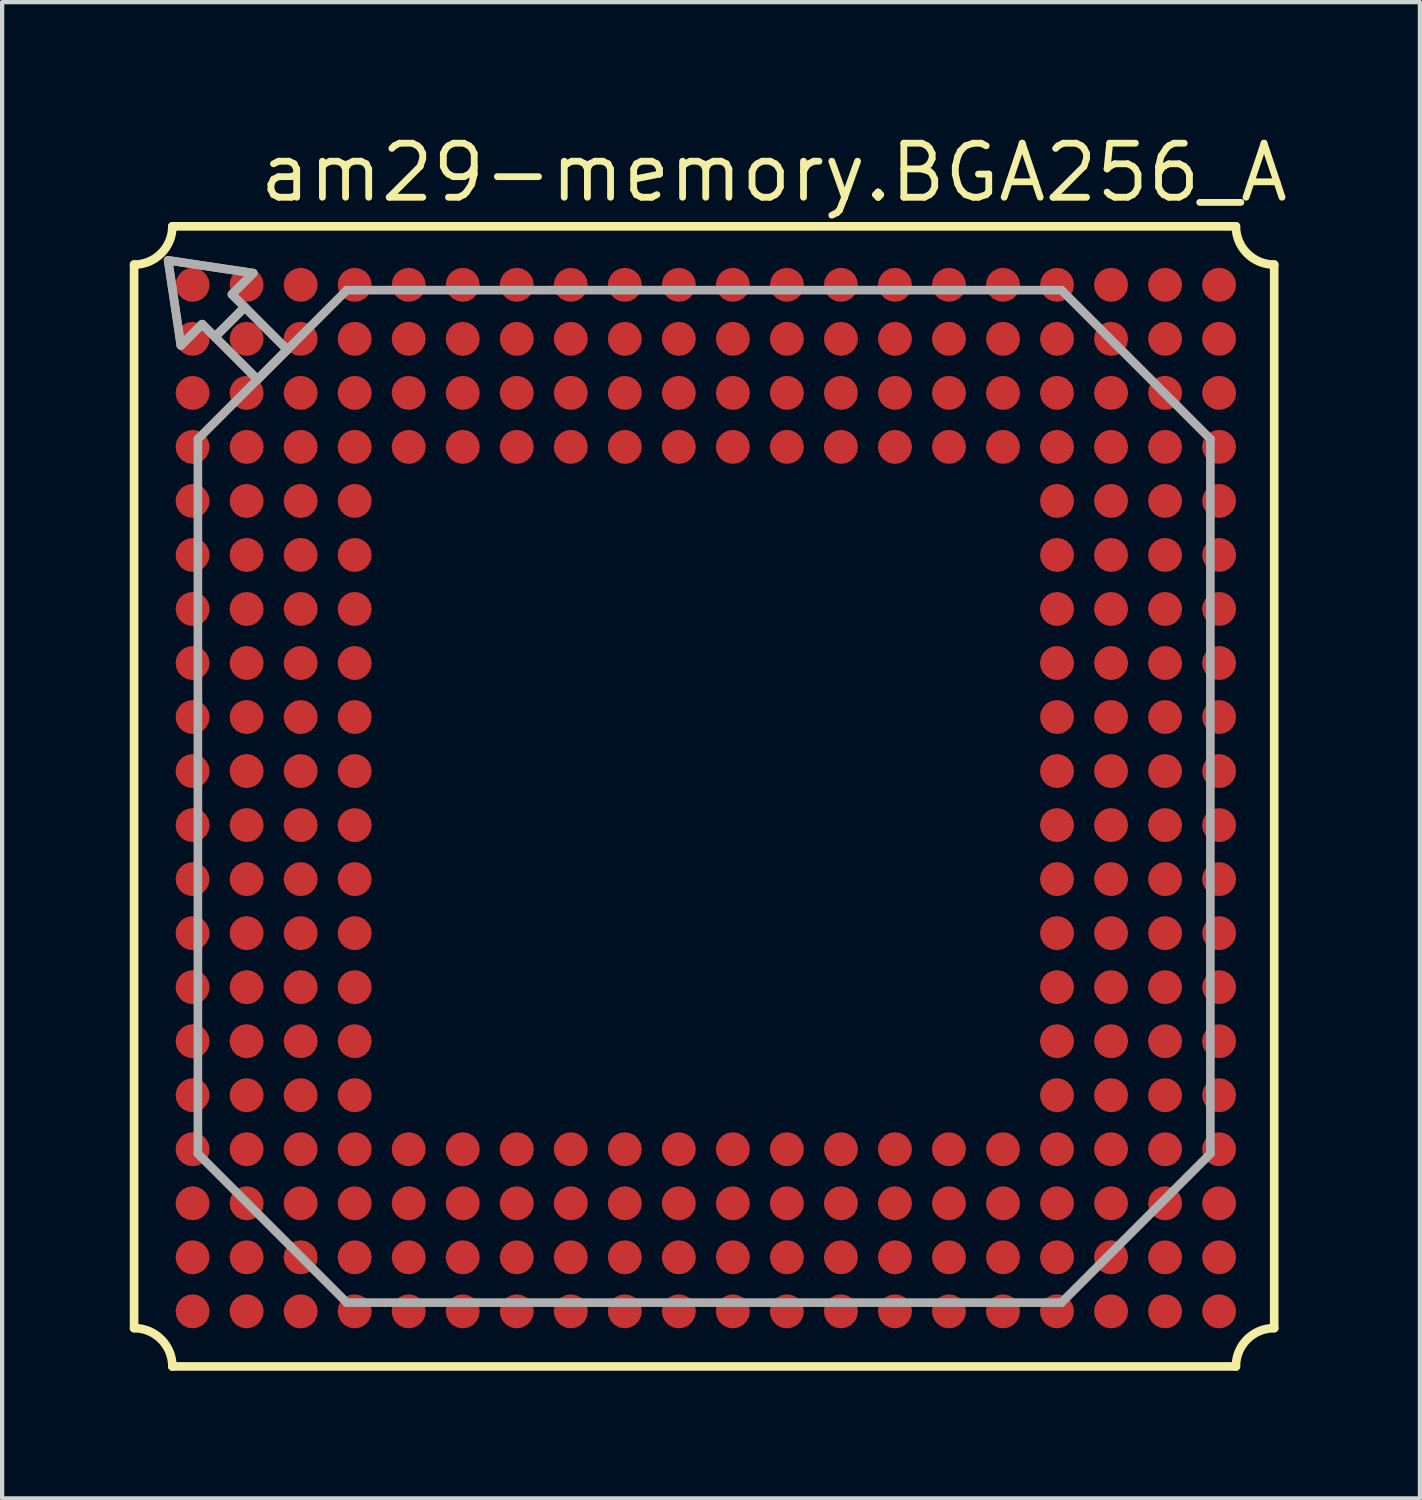
<source format=kicad_pcb>
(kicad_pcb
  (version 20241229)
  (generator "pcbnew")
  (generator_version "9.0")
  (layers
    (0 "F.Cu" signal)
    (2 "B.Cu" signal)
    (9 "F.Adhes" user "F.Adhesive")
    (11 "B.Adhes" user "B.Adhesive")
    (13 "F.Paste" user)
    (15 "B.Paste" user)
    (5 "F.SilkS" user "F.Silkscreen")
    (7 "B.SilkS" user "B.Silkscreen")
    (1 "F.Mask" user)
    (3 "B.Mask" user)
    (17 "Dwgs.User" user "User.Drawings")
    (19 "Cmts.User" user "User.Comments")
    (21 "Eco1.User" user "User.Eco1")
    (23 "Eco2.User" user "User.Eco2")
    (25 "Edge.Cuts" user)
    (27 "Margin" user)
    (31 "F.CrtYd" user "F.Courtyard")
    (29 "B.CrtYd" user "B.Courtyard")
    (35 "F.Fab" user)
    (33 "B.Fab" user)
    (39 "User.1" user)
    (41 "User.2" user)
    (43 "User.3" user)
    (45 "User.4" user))
  (footprint "am29-memory.BGA256_A"
    (layer "F.Cu")
    (at 13.502 15.67)
    (property "Reference" "am29-memory.BGA256_A" (at -10.53 -13.92 0) (layer "F.SilkS") (effects (font (size 1.27 1.27) (thickness 0.16)) (justify left bottom)))
    (attr smd)
    (fp_line (start -13.4 12.5) (end -13.4 -12.5) (stroke (width 0.203) (type default)) (layer "F.SilkS"))
    (fp_line (start -12.5 -13.4) (end 12.5 -13.4) (stroke (width 0.203) (type default)) (layer "F.SilkS"))
    (fp_line (start 12.5 13.4) (end -12.5 13.4) (stroke (width 0.203) (type default)) (layer "F.SilkS"))
    (fp_line (start 13.4 -12.5) (end 13.4 12.5) (stroke (width 0.203) (type default)) (layer "F.SilkS"))
    (fp_arc (start -13.4 12.5) (mid -12.763675 12.763575) (end -12.5001 13.3999) (stroke (width 0.2032) (type default)) (layer "F.SilkS"))
    (fp_arc (start -12.5001 -13.3999) (mid -12.763675 -12.763575) (end -13.4 -12.5) (stroke (width 0.2032) (type default)) (layer "F.SilkS"))
    (fp_arc (start 12.5 13.4) (mid 12.763575 12.763675) (end 13.3999 12.5001) (stroke (width 0.2032) (type default)) (layer "F.SilkS"))
    (fp_arc (start 13.3999 -12.5001) (mid 12.763575 -12.763675) (end 12.5 -13.4) (stroke (width 0.2032) (type default)) (layer "F.SilkS"))
    (fp_line (start -12.6 -12.6) (end -12.3 -10.6) (stroke (width 0.203) (type default)) (layer "F.Fab"))
    (fp_line (start -12.3 -10.6) (end -11.8 -11.1) (stroke (width 0.203) (type default)) (layer "F.Fab"))
    (fp_line (start -11.9 -8.4) (end -10.5 -9.8) (stroke (width 0.203) (type default)) (layer "F.Fab"))
    (fp_line (start -11.9 8.4) (end -11.9 -8.4) (stroke (width 0.203) (type default)) (layer "F.Fab"))
    (fp_line (start -11.8 -11.1) (end -11.5 -10.8) (stroke (width 0.203) (type default)) (layer "F.Fab"))
    (fp_line (start -11.5 -10.8) (end -10.5 -9.8) (stroke (width 0.203) (type default)) (layer "F.Fab"))
    (fp_line (start -11.1 -11.8) (end -10.6 -12.3) (stroke (width 0.203) (type default)) (layer "F.Fab"))
    (fp_line (start -10.8 -11.5) (end -11.5 -10.8) (stroke (width 0.203) (type default)) (layer "F.Fab"))
    (fp_line (start -10.8 -11.5) (end -11.1 -11.8) (stroke (width 0.203) (type default)) (layer "F.Fab"))
    (fp_line (start -10.6 -12.3) (end -12.6 -12.6) (stroke (width 0.203) (type default)) (layer "F.Fab"))
    (fp_line (start -10.5 -9.8) (end -9.8 -10.5) (stroke (width 0.203) (type default)) (layer "F.Fab"))
    (fp_line (start -10.5 -9.8) (end -9.8 -10.5) (stroke (width 0.203) (type default)) (layer "F.Fab"))
    (fp_line (start -9.8 -10.5) (end -10.8 -11.5) (stroke (width 0.203) (type default)) (layer "F.Fab"))
    (fp_line (start -9.8 -10.5) (end -8.4 -11.9) (stroke (width 0.203) (type default)) (layer "F.Fab"))
    (fp_line (start -8.4 -11.9) (end 8.4 -11.9) (stroke (width 0.203) (type default)) (layer "F.Fab"))
    (fp_line (start -8.4 11.9) (end -11.9 8.4) (stroke (width 0.203) (type default)) (layer "F.Fab"))
    (fp_line (start 8.4 -11.9) (end 11.9 -8.4) (stroke (width 0.203) (type default)) (layer "F.Fab"))
    (fp_line (start 8.4 11.9) (end -8.4 11.9) (stroke (width 0.203) (type default)) (layer "F.Fab"))
    (fp_line (start 11.9 -8.4) (end 11.9 8.4) (stroke (width 0.203) (type default)) (layer "F.Fab"))
    (fp_line (start 11.9 8.4) (end 8.4 11.9) (stroke (width 0.203) (type default)) (layer "F.Fab"))
    (fp_poly (pts (xy -11.5 -10.8) (xy -10.5 -9.8) (xy -9.8 -10.5) (xy -10.8 -11.5)) (stroke (width 0.203) (type default)) (fill no) (layer "F.Fab"))
    (fp_poly (pts (xy -12.6 -12.6) (xy -12.3 -10.6) (xy -11.8 -11.1) (xy -11.5 -10.8) (xy -10.8 -11.5) (xy -11.1 -11.8) (xy -10.6 -12.3)) (stroke (width 0.2) (type default)) (fill no) (layer "F.Fab"))
    (pad "A1" smd roundrect (at -12.025 -12.025) (size 0.8 0.8) (layers "F.Cu" "F.Mask" "F.Paste") (roundrect_rratio 0.5))
    (pad "A2" smd roundrect (at -10.755 -12.025) (size 0.8 0.8) (layers "F.Cu" "F.Mask" "F.Paste") (roundrect_rratio 0.5))
    (pad "A3" smd roundrect (at -9.485 -12.025) (size 0.8 0.8) (layers "F.Cu" "F.Mask" "F.Paste") (roundrect_rratio 0.5))
    (pad "A4" smd roundrect (at -8.215 -12.025) (size 0.8 0.8) (layers "F.Cu" "F.Mask" "F.Paste") (roundrect_rratio 0.5))
    (pad "A5" smd roundrect (at -6.945 -12.025) (size 0.8 0.8) (layers "F.Cu" "F.Mask" "F.Paste") (roundrect_rratio 0.5))
    (pad "A6" smd roundrect (at -5.675 -12.025) (size 0.8 0.8) (layers "F.Cu" "F.Mask" "F.Paste") (roundrect_rratio 0.5))
    (pad "A7" smd roundrect (at -4.405 -12.025) (size 0.8 0.8) (layers "F.Cu" "F.Mask" "F.Paste") (roundrect_rratio 0.5))
    (pad "A8" smd roundrect (at -3.135 -12.025) (size 0.8 0.8) (layers "F.Cu" "F.Mask" "F.Paste") (roundrect_rratio 0.5))
    (pad "A9" smd roundrect (at -1.865 -12.025) (size 0.8 0.8) (layers "F.Cu" "F.Mask" "F.Paste") (roundrect_rratio 0.5))
    (pad "A10" smd roundrect (at -0.595 -12.025) (size 0.8 0.8) (layers "F.Cu" "F.Mask" "F.Paste") (roundrect_rratio 0.5))
    (pad "A11" smd roundrect (at 0.675 -12.025) (size 0.8 0.8) (layers "F.Cu" "F.Mask" "F.Paste") (roundrect_rratio 0.5))
    (pad "A12" smd roundrect (at 1.945 -12.025) (size 0.8 0.8) (layers "F.Cu" "F.Mask" "F.Paste") (roundrect_rratio 0.5))
    (pad "A13" smd roundrect (at 3.215 -12.025) (size 0.8 0.8) (layers "F.Cu" "F.Mask" "F.Paste") (roundrect_rratio 0.5))
    (pad "A14" smd roundrect (at 4.485 -12.025) (size 0.8 0.8) (layers "F.Cu" "F.Mask" "F.Paste") (roundrect_rratio 0.5))
    (pad "A15" smd roundrect (at 5.755 -12.025) (size 0.8 0.8) (layers "F.Cu" "F.Mask" "F.Paste") (roundrect_rratio 0.5))
    (pad "A16" smd roundrect (at 7.025 -12.025) (size 0.8 0.8) (layers "F.Cu" "F.Mask" "F.Paste") (roundrect_rratio 0.5))
    (pad "A17" smd roundrect (at 8.295 -12.025) (size 0.8 0.8) (layers "F.Cu" "F.Mask" "F.Paste") (roundrect_rratio 0.5))
    (pad "A18" smd roundrect (at 9.565 -12.025) (size 0.8 0.8) (layers "F.Cu" "F.Mask" "F.Paste") (roundrect_rratio 0.5))
    (pad "A19" smd roundrect (at 10.835 -12.025) (size 0.8 0.8) (layers "F.Cu" "F.Mask" "F.Paste") (roundrect_rratio 0.5))
    (pad "A20" smd roundrect (at 12.105 -12.025) (size 0.8 0.8) (layers "F.Cu" "F.Mask" "F.Paste") (roundrect_rratio 0.5))
    (pad "B1" smd roundrect (at -12.025 -10.755) (size 0.8 0.8) (layers "F.Cu" "F.Mask" "F.Paste") (roundrect_rratio 0.5))
    (pad "B2" smd roundrect (at -10.755 -10.755) (size 0.8 0.8) (layers "F.Cu" "F.Mask" "F.Paste") (roundrect_rratio 0.5))
    (pad "B3" smd roundrect (at -9.485 -10.755) (size 0.8 0.8) (layers "F.Cu" "F.Mask" "F.Paste") (roundrect_rratio 0.5))
    (pad "B4" smd roundrect (at -8.215 -10.755) (size 0.8 0.8) (layers "F.Cu" "F.Mask" "F.Paste") (roundrect_rratio 0.5))
    (pad "B5" smd roundrect (at -6.945 -10.755) (size 0.8 0.8) (layers "F.Cu" "F.Mask" "F.Paste") (roundrect_rratio 0.5))
    (pad "B6" smd roundrect (at -5.675 -10.755) (size 0.8 0.8) (layers "F.Cu" "F.Mask" "F.Paste") (roundrect_rratio 0.5))
    (pad "B7" smd roundrect (at -4.405 -10.755) (size 0.8 0.8) (layers "F.Cu" "F.Mask" "F.Paste") (roundrect_rratio 0.5))
    (pad "B8" smd roundrect (at -3.135 -10.755) (size 0.8 0.8) (layers "F.Cu" "F.Mask" "F.Paste") (roundrect_rratio 0.5))
    (pad "B9" smd roundrect (at -1.865 -10.755) (size 0.8 0.8) (layers "F.Cu" "F.Mask" "F.Paste") (roundrect_rratio 0.5))
    (pad "B10" smd roundrect (at -0.595 -10.755) (size 0.8 0.8) (layers "F.Cu" "F.Mask" "F.Paste") (roundrect_rratio 0.5))
    (pad "B11" smd roundrect (at 0.675 -10.755) (size 0.8 0.8) (layers "F.Cu" "F.Mask" "F.Paste") (roundrect_rratio 0.5))
    (pad "B12" smd roundrect (at 1.945 -10.755) (size 0.8 0.8) (layers "F.Cu" "F.Mask" "F.Paste") (roundrect_rratio 0.5))
    (pad "B13" smd roundrect (at 3.215 -10.755) (size 0.8 0.8) (layers "F.Cu" "F.Mask" "F.Paste") (roundrect_rratio 0.5))
    (pad "B14" smd roundrect (at 4.485 -10.755) (size 0.8 0.8) (layers "F.Cu" "F.Mask" "F.Paste") (roundrect_rratio 0.5))
    (pad "B15" smd roundrect (at 5.755 -10.755) (size 0.8 0.8) (layers "F.Cu" "F.Mask" "F.Paste") (roundrect_rratio 0.5))
    (pad "B16" smd roundrect (at 7.025 -10.755) (size 0.8 0.8) (layers "F.Cu" "F.Mask" "F.Paste") (roundrect_rratio 0.5))
    (pad "B17" smd roundrect (at 8.295 -10.755) (size 0.8 0.8) (layers "F.Cu" "F.Mask" "F.Paste") (roundrect_rratio 0.5))
    (pad "B18" smd roundrect (at 9.565 -10.755) (size 0.8 0.8) (layers "F.Cu" "F.Mask" "F.Paste") (roundrect_rratio 0.5))
    (pad "B19" smd roundrect (at 10.835 -10.755) (size 0.8 0.8) (layers "F.Cu" "F.Mask" "F.Paste") (roundrect_rratio 0.5))
    (pad "B20" smd roundrect (at 12.105 -10.755) (size 0.8 0.8) (layers "F.Cu" "F.Mask" "F.Paste") (roundrect_rratio 0.5))
    (pad "C1" smd roundrect (at -12.025 -9.485) (size 0.8 0.8) (layers "F.Cu" "F.Mask" "F.Paste") (roundrect_rratio 0.5))
    (pad "C2" smd roundrect (at -10.755 -9.485) (size 0.8 0.8) (layers "F.Cu" "F.Mask" "F.Paste") (roundrect_rratio 0.5))
    (pad "C3" smd roundrect (at -9.485 -9.485) (size 0.8 0.8) (layers "F.Cu" "F.Mask" "F.Paste") (roundrect_rratio 0.5))
    (pad "C4" smd roundrect (at -8.215 -9.485) (size 0.8 0.8) (layers "F.Cu" "F.Mask" "F.Paste") (roundrect_rratio 0.5))
    (pad "C5" smd roundrect (at -6.945 -9.485) (size 0.8 0.8) (layers "F.Cu" "F.Mask" "F.Paste") (roundrect_rratio 0.5))
    (pad "C6" smd roundrect (at -5.675 -9.485) (size 0.8 0.8) (layers "F.Cu" "F.Mask" "F.Paste") (roundrect_rratio 0.5))
    (pad "C7" smd roundrect (at -4.405 -9.485) (size 0.8 0.8) (layers "F.Cu" "F.Mask" "F.Paste") (roundrect_rratio 0.5))
    (pad "C8" smd roundrect (at -3.135 -9.485) (size 0.8 0.8) (layers "F.Cu" "F.Mask" "F.Paste") (roundrect_rratio 0.5))
    (pad "C9" smd roundrect (at -1.865 -9.485) (size 0.8 0.8) (layers "F.Cu" "F.Mask" "F.Paste") (roundrect_rratio 0.5))
    (pad "C10" smd roundrect (at -0.595 -9.485) (size 0.8 0.8) (layers "F.Cu" "F.Mask" "F.Paste") (roundrect_rratio 0.5))
    (pad "C11" smd roundrect (at 0.675 -9.485) (size 0.8 0.8) (layers "F.Cu" "F.Mask" "F.Paste") (roundrect_rratio 0.5))
    (pad "C12" smd roundrect (at 1.945 -9.485) (size 0.8 0.8) (layers "F.Cu" "F.Mask" "F.Paste") (roundrect_rratio 0.5))
    (pad "C13" smd roundrect (at 3.215 -9.485) (size 0.8 0.8) (layers "F.Cu" "F.Mask" "F.Paste") (roundrect_rratio 0.5))
    (pad "C14" smd roundrect (at 4.485 -9.485) (size 0.8 0.8) (layers "F.Cu" "F.Mask" "F.Paste") (roundrect_rratio 0.5))
    (pad "C15" smd roundrect (at 5.755 -9.485) (size 0.8 0.8) (layers "F.Cu" "F.Mask" "F.Paste") (roundrect_rratio 0.5))
    (pad "C16" smd roundrect (at 7.025 -9.485) (size 0.8 0.8) (layers "F.Cu" "F.Mask" "F.Paste") (roundrect_rratio 0.5))
    (pad "C17" smd roundrect (at 8.295 -9.485) (size 0.8 0.8) (layers "F.Cu" "F.Mask" "F.Paste") (roundrect_rratio 0.5))
    (pad "C18" smd roundrect (at 9.565 -9.485) (size 0.8 0.8) (layers "F.Cu" "F.Mask" "F.Paste") (roundrect_rratio 0.5))
    (pad "C19" smd roundrect (at 10.835 -9.485) (size 0.8 0.8) (layers "F.Cu" "F.Mask" "F.Paste") (roundrect_rratio 0.5))
    (pad "C20" smd roundrect (at 12.105 -9.485) (size 0.8 0.8) (layers "F.Cu" "F.Mask" "F.Paste") (roundrect_rratio 0.5))
    (pad "D1" smd roundrect (at -12.025 -8.215) (size 0.8 0.8) (layers "F.Cu" "F.Mask" "F.Paste") (roundrect_rratio 0.5))
    (pad "D2" smd roundrect (at -10.755 -8.215) (size 0.8 0.8) (layers "F.Cu" "F.Mask" "F.Paste") (roundrect_rratio 0.5))
    (pad "D3" smd roundrect (at -9.485 -8.215) (size 0.8 0.8) (layers "F.Cu" "F.Mask" "F.Paste") (roundrect_rratio 0.5))
    (pad "D4" smd roundrect (at -8.215 -8.215) (size 0.8 0.8) (layers "F.Cu" "F.Mask" "F.Paste") (roundrect_rratio 0.5))
    (pad "D5" smd roundrect (at -6.945 -8.215) (size 0.8 0.8) (layers "F.Cu" "F.Mask" "F.Paste") (roundrect_rratio 0.5))
    (pad "D6" smd roundrect (at -5.675 -8.215) (size 0.8 0.8) (layers "F.Cu" "F.Mask" "F.Paste") (roundrect_rratio 0.5))
    (pad "D7" smd roundrect (at -4.405 -8.215) (size 0.8 0.8) (layers "F.Cu" "F.Mask" "F.Paste") (roundrect_rratio 0.5))
    (pad "D8" smd roundrect (at -3.135 -8.215) (size 0.8 0.8) (layers "F.Cu" "F.Mask" "F.Paste") (roundrect_rratio 0.5))
    (pad "D9" smd roundrect (at -1.865 -8.215) (size 0.8 0.8) (layers "F.Cu" "F.Mask" "F.Paste") (roundrect_rratio 0.5))
    (pad "D10" smd roundrect (at -0.595 -8.215) (size 0.8 0.8) (layers "F.Cu" "F.Mask" "F.Paste") (roundrect_rratio 0.5))
    (pad "D11" smd roundrect (at 0.675 -8.215) (size 0.8 0.8) (layers "F.Cu" "F.Mask" "F.Paste") (roundrect_rratio 0.5))
    (pad "D12" smd roundrect (at 1.945 -8.215) (size 0.8 0.8) (layers "F.Cu" "F.Mask" "F.Paste") (roundrect_rratio 0.5))
    (pad "D13" smd roundrect (at 3.215 -8.215) (size 0.8 0.8) (layers "F.Cu" "F.Mask" "F.Paste") (roundrect_rratio 0.5))
    (pad "D14" smd roundrect (at 4.485 -8.215) (size 0.8 0.8) (layers "F.Cu" "F.Mask" "F.Paste") (roundrect_rratio 0.5))
    (pad "D15" smd roundrect (at 5.755 -8.215) (size 0.8 0.8) (layers "F.Cu" "F.Mask" "F.Paste") (roundrect_rratio 0.5))
    (pad "D16" smd roundrect (at 7.025 -8.215) (size 0.8 0.8) (layers "F.Cu" "F.Mask" "F.Paste") (roundrect_rratio 0.5))
    (pad "D17" smd roundrect (at 8.295 -8.215) (size 0.8 0.8) (layers "F.Cu" "F.Mask" "F.Paste") (roundrect_rratio 0.5))
    (pad "D18" smd roundrect (at 9.565 -8.215) (size 0.8 0.8) (layers "F.Cu" "F.Mask" "F.Paste") (roundrect_rratio 0.5))
    (pad "D19" smd roundrect (at 10.835 -8.215) (size 0.8 0.8) (layers "F.Cu" "F.Mask" "F.Paste") (roundrect_rratio 0.5))
    (pad "D20" smd roundrect (at 12.105 -8.215) (size 0.8 0.8) (layers "F.Cu" "F.Mask" "F.Paste") (roundrect_rratio 0.5))
    (pad "E1" smd roundrect (at -12.025 -6.945) (size 0.8 0.8) (layers "F.Cu" "F.Mask" "F.Paste") (roundrect_rratio 0.5))
    (pad "E2" smd roundrect (at -10.755 -6.945) (size 0.8 0.8) (layers "F.Cu" "F.Mask" "F.Paste") (roundrect_rratio 0.5))
    (pad "E3" smd roundrect (at -9.485 -6.945) (size 0.8 0.8) (layers "F.Cu" "F.Mask" "F.Paste") (roundrect_rratio 0.5))
    (pad "E4" smd roundrect (at -8.215 -6.945) (size 0.8 0.8) (layers "F.Cu" "F.Mask" "F.Paste") (roundrect_rratio 0.5))
    (pad "E17" smd roundrect (at 8.295 -6.945) (size 0.8 0.8) (layers "F.Cu" "F.Mask" "F.Paste") (roundrect_rratio 0.5))
    (pad "E18" smd roundrect (at 9.565 -6.945) (size 0.8 0.8) (layers "F.Cu" "F.Mask" "F.Paste") (roundrect_rratio 0.5))
    (pad "E19" smd roundrect (at 10.835 -6.945) (size 0.8 0.8) (layers "F.Cu" "F.Mask" "F.Paste") (roundrect_rratio 0.5))
    (pad "E20" smd roundrect (at 12.105 -6.945) (size 0.8 0.8) (layers "F.Cu" "F.Mask" "F.Paste") (roundrect_rratio 0.5))
    (pad "F1" smd roundrect (at -12.025 -5.675) (size 0.8 0.8) (layers "F.Cu" "F.Mask" "F.Paste") (roundrect_rratio 0.5))
    (pad "F2" smd roundrect (at -10.755 -5.675) (size 0.8 0.8) (layers "F.Cu" "F.Mask" "F.Paste") (roundrect_rratio 0.5))
    (pad "F3" smd roundrect (at -9.485 -5.675) (size 0.8 0.8) (layers "F.Cu" "F.Mask" "F.Paste") (roundrect_rratio 0.5))
    (pad "F4" smd roundrect (at -8.215 -5.675) (size 0.8 0.8) (layers "F.Cu" "F.Mask" "F.Paste") (roundrect_rratio 0.5))
    (pad "F17" smd roundrect (at 8.295 -5.675) (size 0.8 0.8) (layers "F.Cu" "F.Mask" "F.Paste") (roundrect_rratio 0.5))
    (pad "F18" smd roundrect (at 9.565 -5.675) (size 0.8 0.8) (layers "F.Cu" "F.Mask" "F.Paste") (roundrect_rratio 0.5))
    (pad "F19" smd roundrect (at 10.835 -5.675) (size 0.8 0.8) (layers "F.Cu" "F.Mask" "F.Paste") (roundrect_rratio 0.5))
    (pad "F20" smd roundrect (at 12.105 -5.675) (size 0.8 0.8) (layers "F.Cu" "F.Mask" "F.Paste") (roundrect_rratio 0.5))
    (pad "G1" smd roundrect (at -12.025 -4.405) (size 0.8 0.8) (layers "F.Cu" "F.Mask" "F.Paste") (roundrect_rratio 0.5))
    (pad "G2" smd roundrect (at -10.755 -4.405) (size 0.8 0.8) (layers "F.Cu" "F.Mask" "F.Paste") (roundrect_rratio 0.5))
    (pad "G3" smd roundrect (at -9.485 -4.405) (size 0.8 0.8) (layers "F.Cu" "F.Mask" "F.Paste") (roundrect_rratio 0.5))
    (pad "G4" smd roundrect (at -8.215 -4.405) (size 0.8 0.8) (layers "F.Cu" "F.Mask" "F.Paste") (roundrect_rratio 0.5))
    (pad "G17" smd roundrect (at 8.295 -4.405) (size 0.8 0.8) (layers "F.Cu" "F.Mask" "F.Paste") (roundrect_rratio 0.5))
    (pad "G18" smd roundrect (at 9.565 -4.405) (size 0.8 0.8) (layers "F.Cu" "F.Mask" "F.Paste") (roundrect_rratio 0.5))
    (pad "G19" smd roundrect (at 10.835 -4.405) (size 0.8 0.8) (layers "F.Cu" "F.Mask" "F.Paste") (roundrect_rratio 0.5))
    (pad "G20" smd roundrect (at 12.105 -4.405) (size 0.8 0.8) (layers "F.Cu" "F.Mask" "F.Paste") (roundrect_rratio 0.5))
    (pad "H1" smd roundrect (at -12.025 -3.135) (size 0.8 0.8) (layers "F.Cu" "F.Mask" "F.Paste") (roundrect_rratio 0.5))
    (pad "H2" smd roundrect (at -10.755 -3.135) (size 0.8 0.8) (layers "F.Cu" "F.Mask" "F.Paste") (roundrect_rratio 0.5))
    (pad "H3" smd roundrect (at -9.485 -3.135) (size 0.8 0.8) (layers "F.Cu" "F.Mask" "F.Paste") (roundrect_rratio 0.5))
    (pad "H4" smd roundrect (at -8.215 -3.135) (size 0.8 0.8) (layers "F.Cu" "F.Mask" "F.Paste") (roundrect_rratio 0.5))
    (pad "H17" smd roundrect (at 8.295 -3.135) (size 0.8 0.8) (layers "F.Cu" "F.Mask" "F.Paste") (roundrect_rratio 0.5))
    (pad "H18" smd roundrect (at 9.565 -3.135) (size 0.8 0.8) (layers "F.Cu" "F.Mask" "F.Paste") (roundrect_rratio 0.5))
    (pad "H19" smd roundrect (at 10.835 -3.135) (size 0.8 0.8) (layers "F.Cu" "F.Mask" "F.Paste") (roundrect_rratio 0.5))
    (pad "H20" smd roundrect (at 12.105 -3.135) (size 0.8 0.8) (layers "F.Cu" "F.Mask" "F.Paste") (roundrect_rratio 0.5))
    (pad "J1" smd roundrect (at -12.025 -1.865) (size 0.8 0.8) (layers "F.Cu" "F.Mask" "F.Paste") (roundrect_rratio 0.5))
    (pad "J2" smd roundrect (at -10.755 -1.865) (size 0.8 0.8) (layers "F.Cu" "F.Mask" "F.Paste") (roundrect_rratio 0.5))
    (pad "J3" smd roundrect (at -9.485 -1.865) (size 0.8 0.8) (layers "F.Cu" "F.Mask" "F.Paste") (roundrect_rratio 0.5))
    (pad "J4" smd roundrect (at -8.215 -1.865) (size 0.8 0.8) (layers "F.Cu" "F.Mask" "F.Paste") (roundrect_rratio 0.5))
    (pad "J17" smd roundrect (at 8.295 -1.865) (size 0.8 0.8) (layers "F.Cu" "F.Mask" "F.Paste") (roundrect_rratio 0.5))
    (pad "J18" smd roundrect (at 9.565 -1.865) (size 0.8 0.8) (layers "F.Cu" "F.Mask" "F.Paste") (roundrect_rratio 0.5))
    (pad "J19" smd roundrect (at 10.835 -1.865) (size 0.8 0.8) (layers "F.Cu" "F.Mask" "F.Paste") (roundrect_rratio 0.5))
    (pad "J20" smd roundrect (at 12.105 -1.865) (size 0.8 0.8) (layers "F.Cu" "F.Mask" "F.Paste") (roundrect_rratio 0.5))
    (pad "K1" smd roundrect (at -12.025 -0.595) (size 0.8 0.8) (layers "F.Cu" "F.Mask" "F.Paste") (roundrect_rratio 0.5))
    (pad "K2" smd roundrect (at -10.755 -0.595) (size 0.8 0.8) (layers "F.Cu" "F.Mask" "F.Paste") (roundrect_rratio 0.5))
    (pad "K3" smd roundrect (at -9.485 -0.595) (size 0.8 0.8) (layers "F.Cu" "F.Mask" "F.Paste") (roundrect_rratio 0.5))
    (pad "K4" smd roundrect (at -8.215 -0.595) (size 0.8 0.8) (layers "F.Cu" "F.Mask" "F.Paste") (roundrect_rratio 0.5))
    (pad "K17" smd roundrect (at 8.295 -0.595) (size 0.8 0.8) (layers "F.Cu" "F.Mask" "F.Paste") (roundrect_rratio 0.5))
    (pad "K18" smd roundrect (at 9.565 -0.595) (size 0.8 0.8) (layers "F.Cu" "F.Mask" "F.Paste") (roundrect_rratio 0.5))
    (pad "K19" smd roundrect (at 10.835 -0.595) (size 0.8 0.8) (layers "F.Cu" "F.Mask" "F.Paste") (roundrect_rratio 0.5))
    (pad "K20" smd roundrect (at 12.105 -0.595) (size 0.8 0.8) (layers "F.Cu" "F.Mask" "F.Paste") (roundrect_rratio 0.5))
    (pad "L1" smd roundrect (at -12.025 0.675) (size 0.8 0.8) (layers "F.Cu" "F.Mask" "F.Paste") (roundrect_rratio 0.5))
    (pad "L2" smd roundrect (at -10.755 0.675) (size 0.8 0.8) (layers "F.Cu" "F.Mask" "F.Paste") (roundrect_rratio 0.5))
    (pad "L3" smd roundrect (at -9.485 0.675) (size 0.8 0.8) (layers "F.Cu" "F.Mask" "F.Paste") (roundrect_rratio 0.5))
    (pad "L4" smd roundrect (at -8.215 0.675) (size 0.8 0.8) (layers "F.Cu" "F.Mask" "F.Paste") (roundrect_rratio 0.5))
    (pad "L17" smd roundrect (at 8.295 0.675) (size 0.8 0.8) (layers "F.Cu" "F.Mask" "F.Paste") (roundrect_rratio 0.5))
    (pad "L18" smd roundrect (at 9.565 0.675) (size 0.8 0.8) (layers "F.Cu" "F.Mask" "F.Paste") (roundrect_rratio 0.5))
    (pad "L19" smd roundrect (at 10.835 0.675) (size 0.8 0.8) (layers "F.Cu" "F.Mask" "F.Paste") (roundrect_rratio 0.5))
    (pad "L20" smd roundrect (at 12.105 0.675) (size 0.8 0.8) (layers "F.Cu" "F.Mask" "F.Paste") (roundrect_rratio 0.5))
    (pad "M1" smd roundrect (at -12.025 1.945) (size 0.8 0.8) (layers "F.Cu" "F.Mask" "F.Paste") (roundrect_rratio 0.5))
    (pad "M2" smd roundrect (at -10.755 1.945) (size 0.8 0.8) (layers "F.Cu" "F.Mask" "F.Paste") (roundrect_rratio 0.5))
    (pad "M3" smd roundrect (at -9.485 1.945) (size 0.8 0.8) (layers "F.Cu" "F.Mask" "F.Paste") (roundrect_rratio 0.5))
    (pad "M4" smd roundrect (at -8.215 1.945) (size 0.8 0.8) (layers "F.Cu" "F.Mask" "F.Paste") (roundrect_rratio 0.5))
    (pad "M17" smd roundrect (at 8.295 1.945) (size 0.8 0.8) (layers "F.Cu" "F.Mask" "F.Paste") (roundrect_rratio 0.5))
    (pad "M18" smd roundrect (at 9.565 1.945) (size 0.8 0.8) (layers "F.Cu" "F.Mask" "F.Paste") (roundrect_rratio 0.5))
    (pad "M19" smd roundrect (at 10.835 1.945) (size 0.8 0.8) (layers "F.Cu" "F.Mask" "F.Paste") (roundrect_rratio 0.5))
    (pad "M20" smd roundrect (at 12.105 1.945) (size 0.8 0.8) (layers "F.Cu" "F.Mask" "F.Paste") (roundrect_rratio 0.5))
    (pad "N1" smd roundrect (at -12.025 3.215) (size 0.8 0.8) (layers "F.Cu" "F.Mask" "F.Paste") (roundrect_rratio 0.5))
    (pad "N2" smd roundrect (at -10.755 3.215) (size 0.8 0.8) (layers "F.Cu" "F.Mask" "F.Paste") (roundrect_rratio 0.5))
    (pad "N3" smd roundrect (at -9.485 3.215) (size 0.8 0.8) (layers "F.Cu" "F.Mask" "F.Paste") (roundrect_rratio 0.5))
    (pad "N4" smd roundrect (at -8.215 3.215) (size 0.8 0.8) (layers "F.Cu" "F.Mask" "F.Paste") (roundrect_rratio 0.5))
    (pad "N17" smd roundrect (at 8.295 3.215) (size 0.8 0.8) (layers "F.Cu" "F.Mask" "F.Paste") (roundrect_rratio 0.5))
    (pad "N18" smd roundrect (at 9.565 3.215) (size 0.8 0.8) (layers "F.Cu" "F.Mask" "F.Paste") (roundrect_rratio 0.5))
    (pad "N19" smd roundrect (at 10.835 3.215) (size 0.8 0.8) (layers "F.Cu" "F.Mask" "F.Paste") (roundrect_rratio 0.5))
    (pad "N20" smd roundrect (at 12.105 3.215) (size 0.8 0.8) (layers "F.Cu" "F.Mask" "F.Paste") (roundrect_rratio 0.5))
    (pad "P1" smd roundrect (at -12.025 4.485) (size 0.8 0.8) (layers "F.Cu" "F.Mask" "F.Paste") (roundrect_rratio 0.5))
    (pad "P2" smd roundrect (at -10.755 4.485) (size 0.8 0.8) (layers "F.Cu" "F.Mask" "F.Paste") (roundrect_rratio 0.5))
    (pad "P3" smd roundrect (at -9.485 4.485) (size 0.8 0.8) (layers "F.Cu" "F.Mask" "F.Paste") (roundrect_rratio 0.5))
    (pad "P4" smd roundrect (at -8.215 4.485) (size 0.8 0.8) (layers "F.Cu" "F.Mask" "F.Paste") (roundrect_rratio 0.5))
    (pad "P17" smd roundrect (at 8.295 4.485) (size 0.8 0.8) (layers "F.Cu" "F.Mask" "F.Paste") (roundrect_rratio 0.5))
    (pad "P18" smd roundrect (at 9.565 4.485) (size 0.8 0.8) (layers "F.Cu" "F.Mask" "F.Paste") (roundrect_rratio 0.5))
    (pad "P19" smd roundrect (at 10.835 4.485) (size 0.8 0.8) (layers "F.Cu" "F.Mask" "F.Paste") (roundrect_rratio 0.5))
    (pad "P20" smd roundrect (at 12.105 4.485) (size 0.8 0.8) (layers "F.Cu" "F.Mask" "F.Paste") (roundrect_rratio 0.5))
    (pad "R1" smd roundrect (at -12.025 5.755) (size 0.8 0.8) (layers "F.Cu" "F.Mask" "F.Paste") (roundrect_rratio 0.5))
    (pad "R2" smd roundrect (at -10.755 5.755) (size 0.8 0.8) (layers "F.Cu" "F.Mask" "F.Paste") (roundrect_rratio 0.5))
    (pad "R3" smd roundrect (at -9.485 5.755) (size 0.8 0.8) (layers "F.Cu" "F.Mask" "F.Paste") (roundrect_rratio 0.5))
    (pad "R4" smd roundrect (at -8.215 5.755) (size 0.8 0.8) (layers "F.Cu" "F.Mask" "F.Paste") (roundrect_rratio 0.5))
    (pad "R17" smd roundrect (at 8.295 5.755) (size 0.8 0.8) (layers "F.Cu" "F.Mask" "F.Paste") (roundrect_rratio 0.5))
    (pad "R18" smd roundrect (at 9.565 5.755) (size 0.8 0.8) (layers "F.Cu" "F.Mask" "F.Paste") (roundrect_rratio 0.5))
    (pad "R19" smd roundrect (at 10.835 5.755) (size 0.8 0.8) (layers "F.Cu" "F.Mask" "F.Paste") (roundrect_rratio 0.5))
    (pad "R20" smd roundrect (at 12.105 5.755) (size 0.8 0.8) (layers "F.Cu" "F.Mask" "F.Paste") (roundrect_rratio 0.5))
    (pad "T1" smd roundrect (at -12.025 7.025) (size 0.8 0.8) (layers "F.Cu" "F.Mask" "F.Paste") (roundrect_rratio 0.5))
    (pad "T2" smd roundrect (at -10.755 7.025) (size 0.8 0.8) (layers "F.Cu" "F.Mask" "F.Paste") (roundrect_rratio 0.5))
    (pad "T3" smd roundrect (at -9.485 7.025) (size 0.8 0.8) (layers "F.Cu" "F.Mask" "F.Paste") (roundrect_rratio 0.5))
    (pad "T4" smd roundrect (at -8.215 7.025) (size 0.8 0.8) (layers "F.Cu" "F.Mask" "F.Paste") (roundrect_rratio 0.5))
    (pad "T17" smd roundrect (at 8.295 7.025) (size 0.8 0.8) (layers "F.Cu" "F.Mask" "F.Paste") (roundrect_rratio 0.5))
    (pad "T18" smd roundrect (at 9.565 7.025) (size 0.8 0.8) (layers "F.Cu" "F.Mask" "F.Paste") (roundrect_rratio 0.5))
    (pad "T19" smd roundrect (at 10.835 7.025) (size 0.8 0.8) (layers "F.Cu" "F.Mask" "F.Paste") (roundrect_rratio 0.5))
    (pad "T20" smd roundrect (at 12.105 7.025) (size 0.8 0.8) (layers "F.Cu" "F.Mask" "F.Paste") (roundrect_rratio 0.5))
    (pad "U1" smd roundrect (at -12.025 8.295) (size 0.8 0.8) (layers "F.Cu" "F.Mask" "F.Paste") (roundrect_rratio 0.5))
    (pad "U2" smd roundrect (at -10.755 8.295) (size 0.8 0.8) (layers "F.Cu" "F.Mask" "F.Paste") (roundrect_rratio 0.5))
    (pad "U3" smd roundrect (at -9.485 8.295) (size 0.8 0.8) (layers "F.Cu" "F.Mask" "F.Paste") (roundrect_rratio 0.5))
    (pad "U4" smd roundrect (at -8.215 8.295) (size 0.8 0.8) (layers "F.Cu" "F.Mask" "F.Paste") (roundrect_rratio 0.5))
    (pad "U5" smd roundrect (at -6.945 8.295) (size 0.8 0.8) (layers "F.Cu" "F.Mask" "F.Paste") (roundrect_rratio 0.5))
    (pad "U6" smd roundrect (at -5.675 8.295) (size 0.8 0.8) (layers "F.Cu" "F.Mask" "F.Paste") (roundrect_rratio 0.5))
    (pad "U7" smd roundrect (at -4.405 8.295) (size 0.8 0.8) (layers "F.Cu" "F.Mask" "F.Paste") (roundrect_rratio 0.5))
    (pad "U8" smd roundrect (at -3.135 8.295) (size 0.8 0.8) (layers "F.Cu" "F.Mask" "F.Paste") (roundrect_rratio 0.5))
    (pad "U9" smd roundrect (at -1.865 8.295) (size 0.8 0.8) (layers "F.Cu" "F.Mask" "F.Paste") (roundrect_rratio 0.5))
    (pad "U10" smd roundrect (at -0.595 8.295) (size 0.8 0.8) (layers "F.Cu" "F.Mask" "F.Paste") (roundrect_rratio 0.5))
    (pad "U11" smd roundrect (at 0.675 8.295) (size 0.8 0.8) (layers "F.Cu" "F.Mask" "F.Paste") (roundrect_rratio 0.5))
    (pad "U12" smd roundrect (at 1.945 8.295) (size 0.8 0.8) (layers "F.Cu" "F.Mask" "F.Paste") (roundrect_rratio 0.5))
    (pad "U13" smd roundrect (at 3.215 8.295) (size 0.8 0.8) (layers "F.Cu" "F.Mask" "F.Paste") (roundrect_rratio 0.5))
    (pad "U14" smd roundrect (at 4.485 8.295) (size 0.8 0.8) (layers "F.Cu" "F.Mask" "F.Paste") (roundrect_rratio 0.5))
    (pad "U15" smd roundrect (at 5.755 8.295) (size 0.8 0.8) (layers "F.Cu" "F.Mask" "F.Paste") (roundrect_rratio 0.5))
    (pad "U16" smd roundrect (at 7.025 8.295) (size 0.8 0.8) (layers "F.Cu" "F.Mask" "F.Paste") (roundrect_rratio 0.5))
    (pad "U17" smd roundrect (at 8.295 8.295) (size 0.8 0.8) (layers "F.Cu" "F.Mask" "F.Paste") (roundrect_rratio 0.5))
    (pad "U18" smd roundrect (at 9.565 8.295) (size 0.8 0.8) (layers "F.Cu" "F.Mask" "F.Paste") (roundrect_rratio 0.5))
    (pad "U19" smd roundrect (at 10.835 8.295) (size 0.8 0.8) (layers "F.Cu" "F.Mask" "F.Paste") (roundrect_rratio 0.5))
    (pad "U20" smd roundrect (at 12.105 8.295) (size 0.8 0.8) (layers "F.Cu" "F.Mask" "F.Paste") (roundrect_rratio 0.5))
    (pad "V1" smd roundrect (at -12.025 9.565) (size 0.8 0.8) (layers "F.Cu" "F.Mask" "F.Paste") (roundrect_rratio 0.5))
    (pad "V2" smd roundrect (at -10.755 9.565) (size 0.8 0.8) (layers "F.Cu" "F.Mask" "F.Paste") (roundrect_rratio 0.5))
    (pad "V3" smd roundrect (at -9.485 9.565) (size 0.8 0.8) (layers "F.Cu" "F.Mask" "F.Paste") (roundrect_rratio 0.5))
    (pad "V4" smd roundrect (at -8.215 9.565) (size 0.8 0.8) (layers "F.Cu" "F.Mask" "F.Paste") (roundrect_rratio 0.5))
    (pad "V5" smd roundrect (at -6.945 9.565) (size 0.8 0.8) (layers "F.Cu" "F.Mask" "F.Paste") (roundrect_rratio 0.5))
    (pad "V6" smd roundrect (at -5.675 9.565) (size 0.8 0.8) (layers "F.Cu" "F.Mask" "F.Paste") (roundrect_rratio 0.5))
    (pad "V7" smd roundrect (at -4.405 9.565) (size 0.8 0.8) (layers "F.Cu" "F.Mask" "F.Paste") (roundrect_rratio 0.5))
    (pad "V8" smd roundrect (at -3.135 9.565) (size 0.8 0.8) (layers "F.Cu" "F.Mask" "F.Paste") (roundrect_rratio 0.5))
    (pad "V9" smd roundrect (at -1.865 9.565) (size 0.8 0.8) (layers "F.Cu" "F.Mask" "F.Paste") (roundrect_rratio 0.5))
    (pad "V10" smd roundrect (at -0.595 9.565) (size 0.8 0.8) (layers "F.Cu" "F.Mask" "F.Paste") (roundrect_rratio 0.5))
    (pad "V11" smd roundrect (at 0.675 9.565) (size 0.8 0.8) (layers "F.Cu" "F.Mask" "F.Paste") (roundrect_rratio 0.5))
    (pad "V12" smd roundrect (at 1.945 9.565) (size 0.8 0.8) (layers "F.Cu" "F.Mask" "F.Paste") (roundrect_rratio 0.5))
    (pad "V13" smd roundrect (at 3.215 9.565) (size 0.8 0.8) (layers "F.Cu" "F.Mask" "F.Paste") (roundrect_rratio 0.5))
    (pad "V14" smd roundrect (at 4.485 9.565) (size 0.8 0.8) (layers "F.Cu" "F.Mask" "F.Paste") (roundrect_rratio 0.5))
    (pad "V15" smd roundrect (at 5.755 9.565) (size 0.8 0.8) (layers "F.Cu" "F.Mask" "F.Paste") (roundrect_rratio 0.5))
    (pad "V16" smd roundrect (at 7.025 9.565) (size 0.8 0.8) (layers "F.Cu" "F.Mask" "F.Paste") (roundrect_rratio 0.5))
    (pad "V17" smd roundrect (at 8.295 9.565) (size 0.8 0.8) (layers "F.Cu" "F.Mask" "F.Paste") (roundrect_rratio 0.5))
    (pad "V18" smd roundrect (at 9.565 9.565) (size 0.8 0.8) (layers "F.Cu" "F.Mask" "F.Paste") (roundrect_rratio 0.5))
    (pad "V19" smd roundrect (at 10.835 9.565) (size 0.8 0.8) (layers "F.Cu" "F.Mask" "F.Paste") (roundrect_rratio 0.5))
    (pad "V20" smd roundrect (at 12.105 9.565) (size 0.8 0.8) (layers "F.Cu" "F.Mask" "F.Paste") (roundrect_rratio 0.5))
    (pad "W1" smd roundrect (at -12.025 10.835) (size 0.8 0.8) (layers "F.Cu" "F.Mask" "F.Paste") (roundrect_rratio 0.5))
    (pad "W2" smd roundrect (at -10.755 10.835) (size 0.8 0.8) (layers "F.Cu" "F.Mask" "F.Paste") (roundrect_rratio 0.5))
    (pad "W3" smd roundrect (at -9.485 10.835) (size 0.8 0.8) (layers "F.Cu" "F.Mask" "F.Paste") (roundrect_rratio 0.5))
    (pad "W4" smd roundrect (at -8.215 10.835) (size 0.8 0.8) (layers "F.Cu" "F.Mask" "F.Paste") (roundrect_rratio 0.5))
    (pad "W5" smd roundrect (at -6.945 10.835) (size 0.8 0.8) (layers "F.Cu" "F.Mask" "F.Paste") (roundrect_rratio 0.5))
    (pad "W6" smd roundrect (at -5.675 10.835) (size 0.8 0.8) (layers "F.Cu" "F.Mask" "F.Paste") (roundrect_rratio 0.5))
    (pad "W7" smd roundrect (at -4.405 10.835) (size 0.8 0.8) (layers "F.Cu" "F.Mask" "F.Paste") (roundrect_rratio 0.5))
    (pad "W8" smd roundrect (at -3.135 10.835) (size 0.8 0.8) (layers "F.Cu" "F.Mask" "F.Paste") (roundrect_rratio 0.5))
    (pad "W9" smd roundrect (at -1.865 10.835) (size 0.8 0.8) (layers "F.Cu" "F.Mask" "F.Paste") (roundrect_rratio 0.5))
    (pad "W10" smd roundrect (at -0.595 10.835) (size 0.8 0.8) (layers "F.Cu" "F.Mask" "F.Paste") (roundrect_rratio 0.5))
    (pad "W11" smd roundrect (at 0.675 10.835) (size 0.8 0.8) (layers "F.Cu" "F.Mask" "F.Paste") (roundrect_rratio 0.5))
    (pad "W12" smd roundrect (at 1.945 10.835) (size 0.8 0.8) (layers "F.Cu" "F.Mask" "F.Paste") (roundrect_rratio 0.5))
    (pad "W13" smd roundrect (at 3.215 10.835) (size 0.8 0.8) (layers "F.Cu" "F.Mask" "F.Paste") (roundrect_rratio 0.5))
    (pad "W14" smd roundrect (at 4.485 10.835) (size 0.8 0.8) (layers "F.Cu" "F.Mask" "F.Paste") (roundrect_rratio 0.5))
    (pad "W15" smd roundrect (at 5.755 10.835) (size 0.8 0.8) (layers "F.Cu" "F.Mask" "F.Paste") (roundrect_rratio 0.5))
    (pad "W16" smd roundrect (at 7.025 10.835) (size 0.8 0.8) (layers "F.Cu" "F.Mask" "F.Paste") (roundrect_rratio 0.5))
    (pad "W17" smd roundrect (at 8.295 10.835) (size 0.8 0.8) (layers "F.Cu" "F.Mask" "F.Paste") (roundrect_rratio 0.5))
    (pad "W18" smd roundrect (at 9.565 10.835) (size 0.8 0.8) (layers "F.Cu" "F.Mask" "F.Paste") (roundrect_rratio 0.5))
    (pad "W19" smd roundrect (at 10.835 10.835) (size 0.8 0.8) (layers "F.Cu" "F.Mask" "F.Paste") (roundrect_rratio 0.5))
    (pad "W20" smd roundrect (at 12.105 10.835) (size 0.8 0.8) (layers "F.Cu" "F.Mask" "F.Paste") (roundrect_rratio 0.5))
    (pad "Y1" smd roundrect (at -12.025 12.105) (size 0.8 0.8) (layers "F.Cu" "F.Mask" "F.Paste") (roundrect_rratio 0.5))
    (pad "Y2" smd roundrect (at -10.755 12.105) (size 0.8 0.8) (layers "F.Cu" "F.Mask" "F.Paste") (roundrect_rratio 0.5))
    (pad "Y3" smd roundrect (at -9.485 12.105) (size 0.8 0.8) (layers "F.Cu" "F.Mask" "F.Paste") (roundrect_rratio 0.5))
    (pad "Y4" smd roundrect (at -8.215 12.105) (size 0.8 0.8) (layers "F.Cu" "F.Mask" "F.Paste") (roundrect_rratio 0.5))
    (pad "Y5" smd roundrect (at -6.945 12.105) (size 0.8 0.8) (layers "F.Cu" "F.Mask" "F.Paste") (roundrect_rratio 0.5))
    (pad "Y6" smd roundrect (at -5.675 12.105) (size 0.8 0.8) (layers "F.Cu" "F.Mask" "F.Paste") (roundrect_rratio 0.5))
    (pad "Y7" smd roundrect (at -4.405 12.105) (size 0.8 0.8) (layers "F.Cu" "F.Mask" "F.Paste") (roundrect_rratio 0.5))
    (pad "Y8" smd roundrect (at -3.135 12.105) (size 0.8 0.8) (layers "F.Cu" "F.Mask" "F.Paste") (roundrect_rratio 0.5))
    (pad "Y9" smd roundrect (at -1.865 12.105) (size 0.8 0.8) (layers "F.Cu" "F.Mask" "F.Paste") (roundrect_rratio 0.5))
    (pad "Y10" smd roundrect (at -0.595 12.105) (size 0.8 0.8) (layers "F.Cu" "F.Mask" "F.Paste") (roundrect_rratio 0.5))
    (pad "Y11" smd roundrect (at 0.675 12.105) (size 0.8 0.8) (layers "F.Cu" "F.Mask" "F.Paste") (roundrect_rratio 0.5))
    (pad "Y12" smd roundrect (at 1.945 12.105) (size 0.8 0.8) (layers "F.Cu" "F.Mask" "F.Paste") (roundrect_rratio 0.5))
    (pad "Y13" smd roundrect (at 3.215 12.105) (size 0.8 0.8) (layers "F.Cu" "F.Mask" "F.Paste") (roundrect_rratio 0.5))
    (pad "Y14" smd roundrect (at 4.485 12.105) (size 0.8 0.8) (layers "F.Cu" "F.Mask" "F.Paste") (roundrect_rratio 0.5))
    (pad "Y15" smd roundrect (at 5.755 12.105) (size 0.8 0.8) (layers "F.Cu" "F.Mask" "F.Paste") (roundrect_rratio 0.5))
    (pad "Y16" smd roundrect (at 7.025 12.105) (size 0.8 0.8) (layers "F.Cu" "F.Mask" "F.Paste") (roundrect_rratio 0.5))
    (pad "Y17" smd roundrect (at 8.295 12.105) (size 0.8 0.8) (layers "F.Cu" "F.Mask" "F.Paste") (roundrect_rratio 0.5))
    (pad "Y18" smd roundrect (at 9.565 12.105) (size 0.8 0.8) (layers "F.Cu" "F.Mask" "F.Paste") (roundrect_rratio 0.5))
    (pad "Y19" smd roundrect (at 10.835 12.105) (size 0.8 0.8) (layers "F.Cu" "F.Mask" "F.Paste") (roundrect_rratio 0.5))
    (pad "Y20" smd roundrect (at 12.105 12.105) (size 0.8 0.8) (layers "F.Cu" "F.Mask" "F.Paste") (roundrect_rratio 0.5)))
  (gr_rect
    (start -3 -3)
    (end 30.327 32.172)
    (stroke (width 0.1) (type default))
    (fill no)
    (layer "Edge.Cuts")))
</source>
